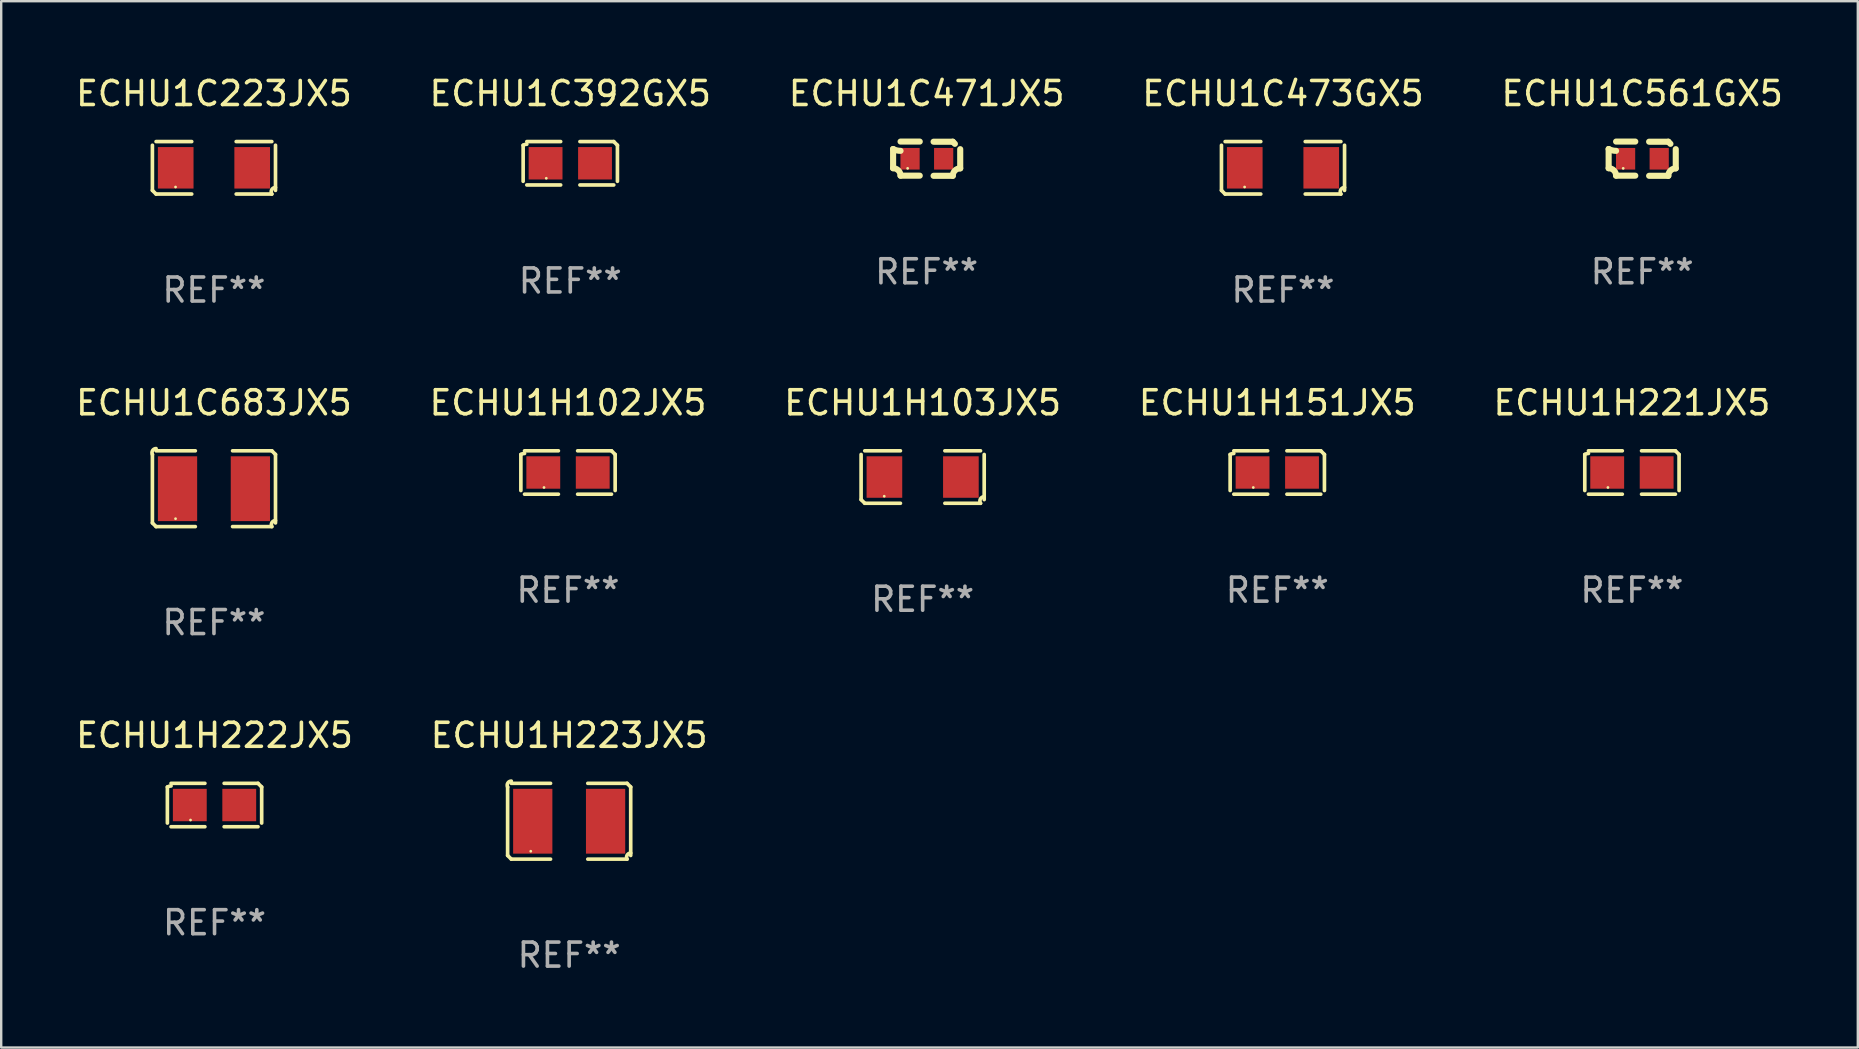
<source format=kicad_pcb>
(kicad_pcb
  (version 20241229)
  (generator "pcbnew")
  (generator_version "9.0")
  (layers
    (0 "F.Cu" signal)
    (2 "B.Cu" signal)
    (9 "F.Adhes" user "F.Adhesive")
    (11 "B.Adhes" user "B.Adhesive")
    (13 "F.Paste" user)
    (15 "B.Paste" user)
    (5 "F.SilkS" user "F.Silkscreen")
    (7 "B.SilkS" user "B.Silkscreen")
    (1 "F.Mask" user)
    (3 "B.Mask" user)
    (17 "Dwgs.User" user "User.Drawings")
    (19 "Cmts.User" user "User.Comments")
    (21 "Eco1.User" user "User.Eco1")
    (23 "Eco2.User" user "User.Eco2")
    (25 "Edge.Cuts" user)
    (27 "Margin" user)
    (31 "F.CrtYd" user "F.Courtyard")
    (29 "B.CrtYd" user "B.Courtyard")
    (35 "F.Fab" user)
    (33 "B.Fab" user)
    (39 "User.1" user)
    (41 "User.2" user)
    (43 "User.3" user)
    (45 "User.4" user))
  (footprint "ECHU1C683JX5"
    (layer "F.Cu")
    (at 5.863 17.309)
    (property "Reference" "ECHU1C683JX5" (at 0 -3.579 0) (layer "F.SilkS") (effects (font (size 1 1) (thickness 0.15))))
    (attr through_hole)
    (fp_line (start -2.564 1.426) (end -2.564 -1.426) (stroke (width 0.152) (type solid)) (layer "F.SilkS"))
    (fp_line (start -2.411 -1.579) (end -0.776 -1.579) (stroke (width 0.152) (type solid)) (layer "F.SilkS"))
    (fp_line (start -0.776 1.579) (end -2.411 1.579) (stroke (width 0.152) (type solid)) (layer "F.SilkS"))
    (fp_line (start 0.776 1.579) (end 2.411 1.579) (stroke (width 0.152) (type solid)) (layer "F.SilkS"))
    (fp_line (start 2.411 -1.579) (end 0.776 -1.579) (stroke (width 0.152) (type solid)) (layer "F.SilkS"))
    (fp_line (start 2.564 1.426) (end 2.564 -1.426) (stroke (width 0.152) (type solid)) (layer "F.SilkS"))
    (fp_arc (start -2.563602 -1.426213) (mid -2.555597 -1.591233) (end -2.411201 -1.671518) (stroke (width 0.1524) (type solid)) (layer "F.SilkS"))
    (fp_arc (start -2.5636 1.426214) (mid -2.487389 1.502402) (end -2.411201 1.578613) (stroke (width 0.1524) (type solid)) (layer "F.SilkS"))
    (fp_arc (start 2.411197 -1.578618) (mid 2.487403 -1.502419) (end 2.563602 -1.426213) (stroke (width 0.1524) (type solid)) (layer "F.SilkS"))
    (fp_arc (start 2.411201 1.578613) (mid 2.416214 1.409455) (end 2.563602 1.32629) (stroke (width 0.1524) (type solid)) (layer "F.SilkS"))
    (fp_circle (center -1.6 1.25) (end -1.57 1.25) (stroke (width 0.06) (type solid)) (fill no) (layer "F.SilkS"))
    (fp_text user "REF**" (at 0 5.579 0) (layer "F.Fab") (effects (font (size 1 1) (thickness 0.15))))
    (pad "1" smd rect (at -1.517 0) (size 1.635 2.7) (layers "F.Cu" "F.Mask" "F.Paste"))
    (pad "2" smd rect (at 1.517 0) (size 1.635 2.7) (layers "F.Cu" "F.Mask" "F.Paste")))
  (footprint "ECHU1H221JX5"
    (layer "F.Cu")
    (at 64.935 16.634)
    (property "Reference" "ECHU1H221JX5" (at 0 -2.904 0) (layer "F.SilkS") (effects (font (size 1 1) (thickness 0.15))))
    (attr through_hole)
    (fp_line (start -1.964 0.751) (end -1.964 -0.751) (stroke (width 0.152) (type solid)) (layer "F.SilkS"))
    (fp_line (start -1.811 -0.904) (end -0.401 -0.904) (stroke (width 0.152) (type solid)) (layer "F.SilkS"))
    (fp_line (start -0.401 0.904) (end -1.811 0.904) (stroke (width 0.152) (type solid)) (layer "F.SilkS"))
    (fp_line (start 0.401 0.904) (end 1.811 0.904) (stroke (width 0.152) (type solid)) (layer "F.SilkS"))
    (fp_line (start 1.811 -0.904) (end 0.401 -0.904) (stroke (width 0.152) (type solid)) (layer "F.SilkS"))
    (fp_line (start 1.964 0.751) (end 1.964 -0.751) (stroke (width 0.152) (type solid)) (layer "F.SilkS"))
    (fp_arc (start -1.963602 -0.751207) (mid -1.890354 -0.783131) (end -1.811201 -0.794044) (stroke (width 0.1524) (type solid)) (layer "F.SilkS"))
    (fp_arc (start 1.811202 -0.903607) (mid 1.887413 -0.827418) (end 1.963602 -0.751207) (stroke (width 0.1524) (type solid)) (layer "F.SilkS"))
    (fp_circle (center -1 0.625) (end -0.97 0.625) (stroke (width 0.06) (type solid)) (fill no) (layer "F.SilkS"))
    (fp_text user "REF**" (at 0 4.904 0) (layer "F.Fab") (effects (font (size 1 1) (thickness 0.15))))
    (pad "1" smd rect (at -1.03 0) (size 1.41 1.35) (layers "F.Cu" "F.Mask" "F.Paste"))
    (pad "2" smd rect (at 1.03 0) (size 1.41 1.35) (layers "F.Cu" "F.Mask" "F.Paste")))
  (footprint "ECHU1C471JX5"
    (layer "F.Cu")
    (at 35.554 3.561)
    (property "Reference" "ECHU1C471JX5" (at 0 -2.713 0) (layer "F.SilkS") (effects (font (size 1 1) (thickness 0.15))))
    (attr through_hole)
    (fp_line (start -1.398 -0.403) (end -1.398 0.397) (stroke (width 0.254) (type solid)) (layer "F.SilkS"))
    (fp_line (start -0.288 -0.713) (end -1.088 -0.713) (stroke (width 0.254) (type solid)) (layer "F.SilkS"))
    (fp_line (start -0.288 0.707) (end -1.088 0.707) (stroke (width 0.254) (type solid)) (layer "F.SilkS"))
    (fp_line (start 0.288 -0.707) (end 1.088 -0.707) (stroke (width 0.254) (type solid)) (layer "F.SilkS"))
    (fp_line (start 0.288 0.713) (end 1.088 0.713) (stroke (width 0.254) (type solid)) (layer "F.SilkS"))
    (fp_line (start 1.398 -0.397) (end 1.398 0.403) (stroke (width 0.254) (type solid)) (layer "F.SilkS"))
    (fp_arc (start -1.397789 0.397066) (mid -1.178701 0.487826) (end -1.08796 0.706922) (stroke (width 0.254001) (type solid)) (layer "F.SilkS"))
    (fp_arc (start -1.08796 -0.327176) (mid -1.247436 -0.346384) (end -1.39779 -0.402908) (stroke (width 0.254001) (type solid)) (layer "F.SilkS"))
    (fp_arc (start 1.087909 0.712738) (mid 1.178656 0.493655) (end 1.397739 0.402908) (stroke (width 0.254001) (type solid)) (layer "F.SilkS"))
    (fp_arc (start 1.175925 -0.618926) (mid 1.131917 -0.662923) (end 1.08791 -0.706922) (stroke (width 0.254001) (type solid)) (layer "F.SilkS"))
    (fp_circle (center -0.792 0.403) (end -0.762 0.403) (stroke (width 0.06) (type solid)) (fill no) (layer "F.SilkS"))
    (fp_text user "REF**" (at 0 4.713 0) (layer "F.Fab") (effects (font (size 1 1) (thickness 0.15))))
    (pad "1" smd rect (at -0.692 0.003) (size 0.8 0.9) (layers "F.Cu" "F.Mask" "F.Paste"))
    (pad "2" smd rect (at 0.708 0.003) (size 0.8 0.9) (layers "F.Cu" "F.Mask" "F.Paste")))
  (footprint "ECHU1C561GX5"
    (layer "F.Cu")
    (at 65.363 3.561)
    (property "Reference" "ECHU1C561GX5" (at 0 -2.713 0) (layer "F.SilkS") (effects (font (size 1 1) (thickness 0.15))))
    (attr through_hole)
    (fp_line (start -1.398 -0.403) (end -1.398 0.397) (stroke (width 0.254) (type solid)) (layer "F.SilkS"))
    (fp_line (start -0.288 -0.713) (end -1.088 -0.713) (stroke (width 0.254) (type solid)) (layer "F.SilkS"))
    (fp_line (start -0.288 0.707) (end -1.088 0.707) (stroke (width 0.254) (type solid)) (layer "F.SilkS"))
    (fp_line (start 0.288 -0.707) (end 1.088 -0.707) (stroke (width 0.254) (type solid)) (layer "F.SilkS"))
    (fp_line (start 0.288 0.713) (end 1.088 0.713) (stroke (width 0.254) (type solid)) (layer "F.SilkS"))
    (fp_line (start 1.398 -0.397) (end 1.398 0.403) (stroke (width 0.254) (type solid)) (layer "F.SilkS"))
    (fp_arc (start -1.397789 0.397066) (mid -1.178701 0.487826) (end -1.08796 0.706922) (stroke (width 0.254001) (type solid)) (layer "F.SilkS"))
    (fp_arc (start -1.08796 -0.327176) (mid -1.247436 -0.346384) (end -1.39779 -0.402908) (stroke (width 0.254001) (type solid)) (layer "F.SilkS"))
    (fp_arc (start 1.087909 0.712738) (mid 1.178656 0.493655) (end 1.397739 0.402908) (stroke (width 0.254001) (type solid)) (layer "F.SilkS"))
    (fp_arc (start 1.175925 -0.618926) (mid 1.131917 -0.662923) (end 1.08791 -0.706922) (stroke (width 0.254001) (type solid)) (layer "F.SilkS"))
    (fp_circle (center -0.792 0.403) (end -0.762 0.403) (stroke (width 0.06) (type solid)) (fill no) (layer "F.SilkS"))
    (fp_text user "REF**" (at 0 4.713 0) (layer "F.Fab") (effects (font (size 1 1) (thickness 0.15))))
    (pad "1" smd rect (at -0.692 0.003) (size 0.8 0.9) (layers "F.Cu" "F.Mask" "F.Paste"))
    (pad "2" smd rect (at 0.708 0.003) (size 0.8 0.9) (layers "F.Cu" "F.Mask" "F.Paste")))
  (footprint "ECHU1C392GX5"
    (layer "F.Cu")
    (at 20.708 3.752)
    (property "Reference" "ECHU1C392GX5" (at 0 -2.904 0) (layer "F.SilkS") (effects (font (size 1 1) (thickness 0.15))))
    (attr through_hole)
    (fp_line (start -1.964 0.751) (end -1.964 -0.751) (stroke (width 0.152) (type solid)) (layer "F.SilkS"))
    (fp_line (start -1.811 -0.904) (end -0.401 -0.904) (stroke (width 0.152) (type solid)) (layer "F.SilkS"))
    (fp_line (start -0.401 0.904) (end -1.811 0.904) (stroke (width 0.152) (type solid)) (layer "F.SilkS"))
    (fp_line (start 0.401 0.904) (end 1.811 0.904) (stroke (width 0.152) (type solid)) (layer "F.SilkS"))
    (fp_line (start 1.811 -0.904) (end 0.401 -0.904) (stroke (width 0.152) (type solid)) (layer "F.SilkS"))
    (fp_line (start 1.964 0.751) (end 1.964 -0.751) (stroke (width 0.152) (type solid)) (layer "F.SilkS"))
    (fp_arc (start -1.963602 -0.751207) (mid -1.890354 -0.783131) (end -1.811201 -0.794044) (stroke (width 0.1524) (type solid)) (layer "F.SilkS"))
    (fp_arc (start 1.811202 -0.903607) (mid 1.887413 -0.827418) (end 1.963602 -0.751207) (stroke (width 0.1524) (type solid)) (layer "F.SilkS"))
    (fp_circle (center -1 0.625) (end -0.97 0.625) (stroke (width 0.06) (type solid)) (fill no) (layer "F.SilkS"))
    (fp_text user "REF**" (at 0 4.904 0) (layer "F.Fab") (effects (font (size 1 1) (thickness 0.15))))
    (pad "1" smd rect (at -1.03 0) (size 1.41 1.35) (layers "F.Cu" "F.Mask" "F.Paste"))
    (pad "2" smd rect (at 1.03 0) (size 1.41 1.35) (layers "F.Cu" "F.Mask" "F.Paste")))
  (footprint "ECHU1H222JX5"
    (layer "F.Cu")
    (at 5.887 30.487)
    (property "Reference" "ECHU1H222JX5" (at 0 -2.904 0) (layer "F.SilkS") (effects (font (size 1 1) (thickness 0.15))))
    (attr through_hole)
    (fp_line (start -1.964 0.751) (end -1.964 -0.751) (stroke (width 0.152) (type solid)) (layer "F.SilkS"))
    (fp_line (start -1.811 -0.904) (end -0.401 -0.904) (stroke (width 0.152) (type solid)) (layer "F.SilkS"))
    (fp_line (start -0.401 0.904) (end -1.811 0.904) (stroke (width 0.152) (type solid)) (layer "F.SilkS"))
    (fp_line (start 0.401 0.904) (end 1.811 0.904) (stroke (width 0.152) (type solid)) (layer "F.SilkS"))
    (fp_line (start 1.811 -0.904) (end 0.401 -0.904) (stroke (width 0.152) (type solid)) (layer "F.SilkS"))
    (fp_line (start 1.964 0.751) (end 1.964 -0.751) (stroke (width 0.152) (type solid)) (layer "F.SilkS"))
    (fp_arc (start -1.963602 -0.751207) (mid -1.890354 -0.783131) (end -1.811201 -0.794044) (stroke (width 0.1524) (type solid)) (layer "F.SilkS"))
    (fp_arc (start 1.811202 -0.903607) (mid 1.887413 -0.827418) (end 1.963602 -0.751207) (stroke (width 0.1524) (type solid)) (layer "F.SilkS"))
    (fp_circle (center -1 0.625) (end -0.97 0.625) (stroke (width 0.06) (type solid)) (fill no) (layer "F.SilkS"))
    (fp_text user "REF**" (at 0 4.904 0) (layer "F.Fab") (effects (font (size 1 1) (thickness 0.15))))
    (pad "1" smd rect (at -1.03 0) (size 1.41 1.35) (layers "F.Cu" "F.Mask" "F.Paste"))
    (pad "2" smd rect (at 1.03 0) (size 1.41 1.35) (layers "F.Cu" "F.Mask" "F.Paste")))
  (footprint "ECHU1C223JX5"
    (layer "F.Cu")
    (at 5.863 3.941)
    (property "Reference" "ECHU1C223JX5" (at 0 -3.093 0) (layer "F.SilkS") (effects (font (size 1 1) (thickness 0.15))))
    (attr through_hole)
    (fp_line (start -2.564 0.94) (end -2.564 -0.94) (stroke (width 0.152) (type solid)) (layer "F.SilkS"))
    (fp_line (start -2.411 -1.093) (end -0.926 -1.093) (stroke (width 0.152) (type solid)) (layer "F.SilkS"))
    (fp_line (start -0.926 1.093) (end -2.411 1.093) (stroke (width 0.152) (type solid)) (layer "F.SilkS"))
    (fp_line (start 0.926 1.093) (end 2.411 1.093) (stroke (width 0.152) (type solid)) (layer "F.SilkS"))
    (fp_line (start 2.411 -1.093) (end 0.926 -1.093) (stroke (width 0.152) (type solid)) (layer "F.SilkS"))
    (fp_line (start 2.564 0.94) (end 2.564 -0.94) (stroke (width 0.152) (type solid)) (layer "F.SilkS"))
    (fp_arc (start -2.411201 1.092609) (mid -2.487413 1.01642) (end -2.563602 0.940208) (stroke (width 0.1524) (type solid)) (layer "F.SilkS"))
    (fp_arc (start 2.411201 1.092609) (mid 2.407159 0.911226) (end 2.563602 0.819347) (stroke (width 0.1524) (type solid)) (layer "F.SilkS"))
    (fp_circle (center -1.6 0.8) (end -1.57 0.8) (stroke (width 0.06) (type solid)) (fill no) (layer "F.SilkS"))
    (fp_text user "REF**" (at 0 5.093 0) (layer "F.Fab") (effects (font (size 1 1) (thickness 0.15))))
    (pad "1" smd rect (at -1.593 0) (size 1.485 1.728) (layers "F.Cu" "F.Mask" "F.Paste"))
    (pad "2" smd rect (at 1.593 0) (size 1.485 1.728) (layers "F.Cu" "F.Mask" "F.Paste")))
  (footprint "ECHU1H151JX5"
    (layer "F.Cu")
    (at 50.161 16.634)
    (property "Reference" "ECHU1H151JX5" (at 0 -2.904 0) (layer "F.SilkS") (effects (font (size 1 1) (thickness 0.15))))
    (attr through_hole)
    (fp_line (start -1.964 0.751) (end -1.964 -0.751) (stroke (width 0.152) (type solid)) (layer "F.SilkS"))
    (fp_line (start -1.811 -0.904) (end -0.401 -0.904) (stroke (width 0.152) (type solid)) (layer "F.SilkS"))
    (fp_line (start -0.401 0.904) (end -1.811 0.904) (stroke (width 0.152) (type solid)) (layer "F.SilkS"))
    (fp_line (start 0.401 0.904) (end 1.811 0.904) (stroke (width 0.152) (type solid)) (layer "F.SilkS"))
    (fp_line (start 1.811 -0.904) (end 0.401 -0.904) (stroke (width 0.152) (type solid)) (layer "F.SilkS"))
    (fp_line (start 1.964 0.751) (end 1.964 -0.751) (stroke (width 0.152) (type solid)) (layer "F.SilkS"))
    (fp_arc (start -1.963602 -0.751207) (mid -1.890354 -0.783131) (end -1.811201 -0.794044) (stroke (width 0.1524) (type solid)) (layer "F.SilkS"))
    (fp_arc (start 1.811202 -0.903607) (mid 1.887413 -0.827418) (end 1.963602 -0.751207) (stroke (width 0.1524) (type solid)) (layer "F.SilkS"))
    (fp_circle (center -1 0.625) (end -0.97 0.625) (stroke (width 0.06) (type solid)) (fill no) (layer "F.SilkS"))
    (fp_text user "REF**" (at 0 4.904 0) (layer "F.Fab") (effects (font (size 1 1) (thickness 0.15))))
    (pad "1" smd rect (at -1.03 0) (size 1.41 1.35) (layers "F.Cu" "F.Mask" "F.Paste"))
    (pad "2" smd rect (at 1.03 0) (size 1.41 1.35) (layers "F.Cu" "F.Mask" "F.Paste")))
  (footprint "ECHU1H103JX5"
    (layer "F.Cu")
    (at 35.387 16.823)
    (property "Reference" "ECHU1H103JX5" (at 0 -3.093 0) (layer "F.SilkS") (effects (font (size 1 1) (thickness 0.15))))
    (attr through_hole)
    (fp_line (start -2.564 0.94) (end -2.564 -0.94) (stroke (width 0.152) (type solid)) (layer "F.SilkS"))
    (fp_line (start -2.411 -1.093) (end -0.926 -1.093) (stroke (width 0.152) (type solid)) (layer "F.SilkS"))
    (fp_line (start -0.926 1.093) (end -2.411 1.093) (stroke (width 0.152) (type solid)) (layer "F.SilkS"))
    (fp_line (start 0.926 1.093) (end 2.411 1.093) (stroke (width 0.152) (type solid)) (layer "F.SilkS"))
    (fp_line (start 2.411 -1.093) (end 0.926 -1.093) (stroke (width 0.152) (type solid)) (layer "F.SilkS"))
    (fp_line (start 2.564 0.94) (end 2.564 -0.94) (stroke (width 0.152) (type solid)) (layer "F.SilkS"))
    (fp_arc (start -2.411201 1.092609) (mid -2.487413 1.01642) (end -2.563602 0.940208) (stroke (width 0.1524) (type solid)) (layer "F.SilkS"))
    (fp_arc (start 2.411201 1.092609) (mid 2.407159 0.911226) (end 2.563602 0.819347) (stroke (width 0.1524) (type solid)) (layer "F.SilkS"))
    (fp_circle (center -1.6 0.8) (end -1.57 0.8) (stroke (width 0.06) (type solid)) (fill no) (layer "F.SilkS"))
    (fp_text user "REF**" (at 0 5.093 0) (layer "F.Fab") (effects (font (size 1 1) (thickness 0.15))))
    (pad "1" smd rect (at -1.593 0) (size 1.485 1.728) (layers "F.Cu" "F.Mask" "F.Paste"))
    (pad "2" smd rect (at 1.593 0) (size 1.485 1.728) (layers "F.Cu" "F.Mask" "F.Paste")))
  (footprint "ECHU1C473GX5"
    (layer "F.Cu")
    (at 50.399 3.941)
    (property "Reference" "ECHU1C473GX5" (at 0 -3.093 0) (layer "F.SilkS") (effects (font (size 1 1) (thickness 0.15))))
    (attr through_hole)
    (fp_line (start -2.564 0.94) (end -2.564 -0.94) (stroke (width 0.152) (type solid)) (layer "F.SilkS"))
    (fp_line (start -2.411 -1.093) (end -0.926 -1.093) (stroke (width 0.152) (type solid)) (layer "F.SilkS"))
    (fp_line (start -0.926 1.093) (end -2.411 1.093) (stroke (width 0.152) (type solid)) (layer "F.SilkS"))
    (fp_line (start 0.926 1.093) (end 2.411 1.093) (stroke (width 0.152) (type solid)) (layer "F.SilkS"))
    (fp_line (start 2.411 -1.093) (end 0.926 -1.093) (stroke (width 0.152) (type solid)) (layer "F.SilkS"))
    (fp_line (start 2.564 0.94) (end 2.564 -0.94) (stroke (width 0.152) (type solid)) (layer "F.SilkS"))
    (fp_arc (start -2.411201 1.092609) (mid -2.487413 1.01642) (end -2.563602 0.940208) (stroke (width 0.1524) (type solid)) (layer "F.SilkS"))
    (fp_arc (start 2.411201 1.092609) (mid 2.407159 0.911226) (end 2.563602 0.819347) (stroke (width 0.1524) (type solid)) (layer "F.SilkS"))
    (fp_circle (center -1.6 0.8) (end -1.57 0.8) (stroke (width 0.06) (type solid)) (fill no) (layer "F.SilkS"))
    (fp_text user "REF**" (at 0 5.093 0) (layer "F.Fab") (effects (font (size 1 1) (thickness 0.15))))
    (pad "1" smd rect (at -1.593 0) (size 1.485 1.728) (layers "F.Cu" "F.Mask" "F.Paste"))
    (pad "2" smd rect (at 1.593 0) (size 1.485 1.728) (layers "F.Cu" "F.Mask" "F.Paste")))
  (footprint "ECHU1H102JX5"
    (layer "F.Cu")
    (at 20.613 16.634)
    (property "Reference" "ECHU1H102JX5" (at 0 -2.904 0) (layer "F.SilkS") (effects (font (size 1 1) (thickness 0.15))))
    (attr through_hole)
    (fp_line (start -1.964 0.751) (end -1.964 -0.751) (stroke (width 0.152) (type solid)) (layer "F.SilkS"))
    (fp_line (start -1.811 -0.904) (end -0.401 -0.904) (stroke (width 0.152) (type solid)) (layer "F.SilkS"))
    (fp_line (start -0.401 0.904) (end -1.811 0.904) (stroke (width 0.152) (type solid)) (layer "F.SilkS"))
    (fp_line (start 0.401 0.904) (end 1.811 0.904) (stroke (width 0.152) (type solid)) (layer "F.SilkS"))
    (fp_line (start 1.811 -0.904) (end 0.401 -0.904) (stroke (width 0.152) (type solid)) (layer "F.SilkS"))
    (fp_line (start 1.964 0.751) (end 1.964 -0.751) (stroke (width 0.152) (type solid)) (layer "F.SilkS"))
    (fp_arc (start -1.963602 -0.751207) (mid -1.890354 -0.783131) (end -1.811201 -0.794044) (stroke (width 0.1524) (type solid)) (layer "F.SilkS"))
    (fp_arc (start 1.811202 -0.903607) (mid 1.887413 -0.827418) (end 1.963602 -0.751207) (stroke (width 0.1524) (type solid)) (layer "F.SilkS"))
    (fp_circle (center -1 0.625) (end -0.97 0.625) (stroke (width 0.06) (type solid)) (fill no) (layer "F.SilkS"))
    (fp_text user "REF**" (at 0 4.904 0) (layer "F.Fab") (effects (font (size 1 1) (thickness 0.15))))
    (pad "1" smd rect (at -1.03 0) (size 1.41 1.35) (layers "F.Cu" "F.Mask" "F.Paste"))
    (pad "2" smd rect (at 1.03 0) (size 1.41 1.35) (layers "F.Cu" "F.Mask" "F.Paste")))
  (footprint "ECHU1H223JX5"
    (layer "F.Cu")
    (at 20.661 31.162)
    (property "Reference" "ECHU1H223JX5" (at 0 -3.579 0) (layer "F.SilkS") (effects (font (size 1 1) (thickness 0.15))))
    (attr through_hole)
    (fp_line (start -2.564 1.426) (end -2.564 -1.426) (stroke (width 0.152) (type solid)) (layer "F.SilkS"))
    (fp_line (start -2.411 -1.579) (end -0.776 -1.579) (stroke (width 0.152) (type solid)) (layer "F.SilkS"))
    (fp_line (start -0.776 1.579) (end -2.411 1.579) (stroke (width 0.152) (type solid)) (layer "F.SilkS"))
    (fp_line (start 0.776 1.579) (end 2.411 1.579) (stroke (width 0.152) (type solid)) (layer "F.SilkS"))
    (fp_line (start 2.411 -1.579) (end 0.776 -1.579) (stroke (width 0.152) (type solid)) (layer "F.SilkS"))
    (fp_line (start 2.564 1.426) (end 2.564 -1.426) (stroke (width 0.152) (type solid)) (layer "F.SilkS"))
    (fp_arc (start -2.563602 -1.426213) (mid -2.555597 -1.591233) (end -2.411201 -1.671518) (stroke (width 0.1524) (type solid)) (layer "F.SilkS"))
    (fp_arc (start -2.5636 1.426214) (mid -2.487389 1.502402) (end -2.411201 1.578613) (stroke (width 0.1524) (type solid)) (layer "F.SilkS"))
    (fp_arc (start 2.411197 -1.578618) (mid 2.487403 -1.502419) (end 2.563602 -1.426213) (stroke (width 0.1524) (type solid)) (layer "F.SilkS"))
    (fp_arc (start 2.411201 1.578613) (mid 2.416214 1.409455) (end 2.563602 1.32629) (stroke (width 0.1524) (type solid)) (layer "F.SilkS"))
    (fp_circle (center -1.6 1.25) (end -1.57 1.25) (stroke (width 0.06) (type solid)) (fill no) (layer "F.SilkS"))
    (fp_text user "REF**" (at 0 5.579 0) (layer "F.Fab") (effects (font (size 1 1) (thickness 0.15))))
    (pad "1" smd rect (at -1.517 0) (size 1.635 2.7) (layers "F.Cu" "F.Mask" "F.Paste"))
    (pad "2" smd rect (at 1.517 0) (size 1.635 2.7) (layers "F.Cu" "F.Mask" "F.Paste")))
  (gr_rect
    (start -3 -3)
    (end 74.345 40.589)
    (stroke (width 0.1) (type default))
    (fill no)
    (layer "Edge.Cuts")))
</source>
